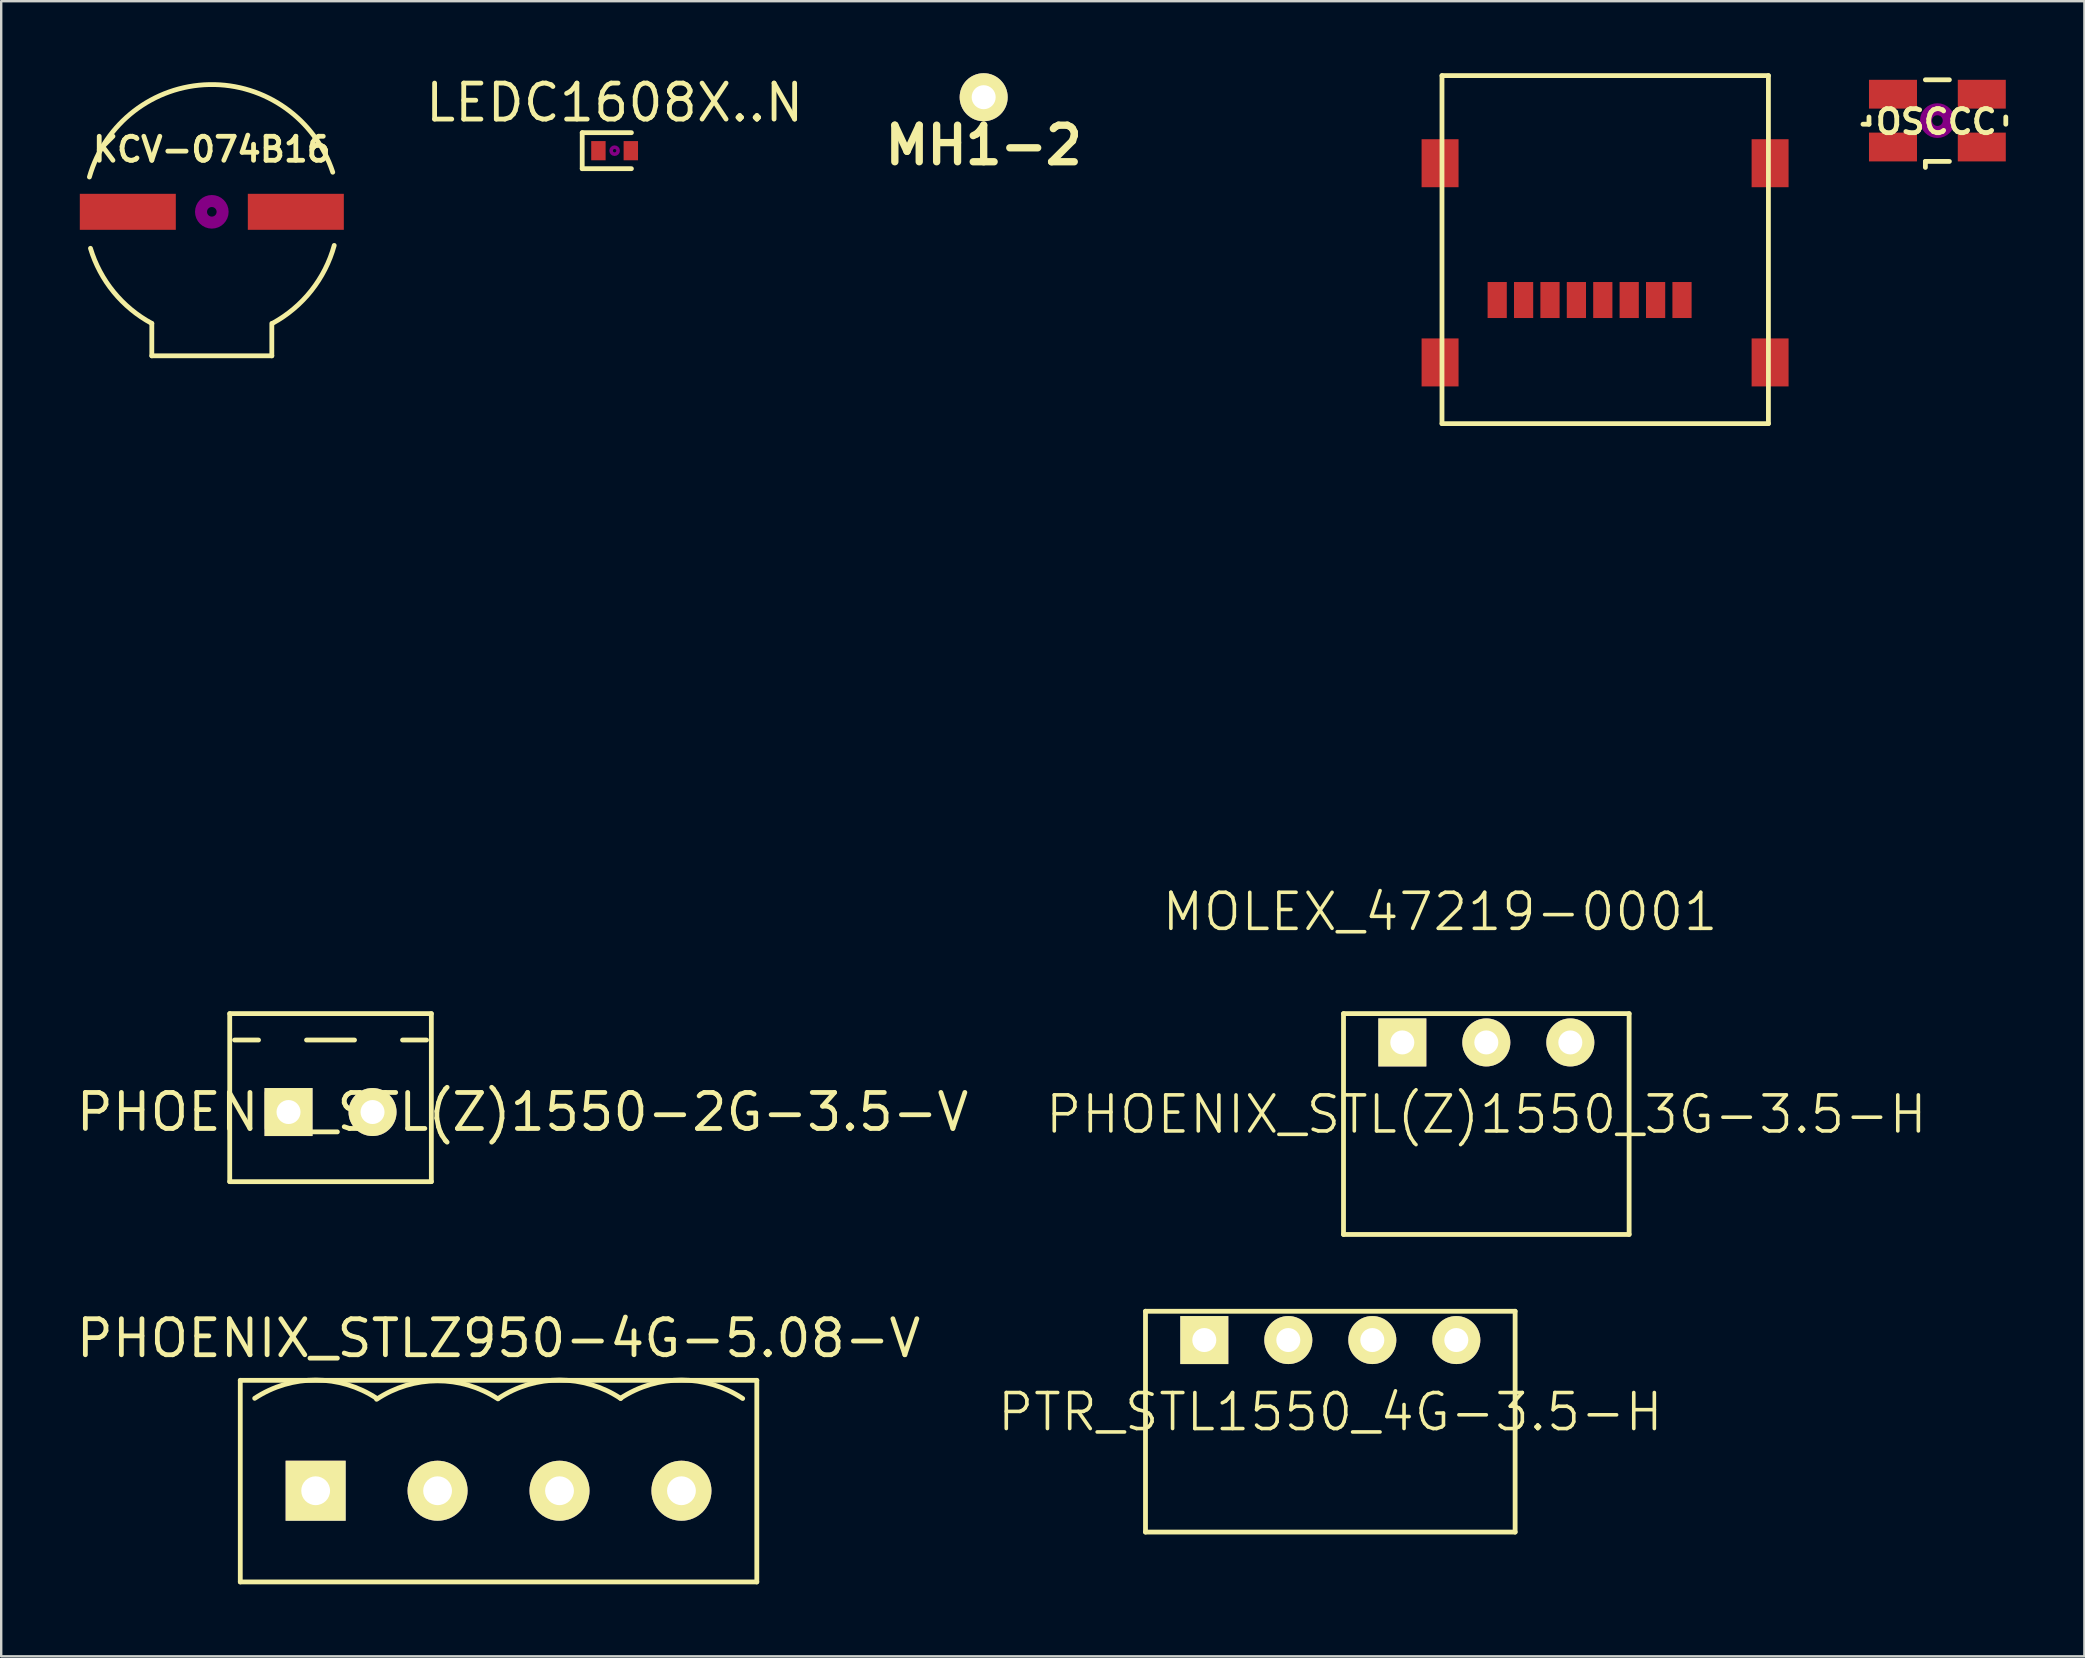
<source format=kicad_pcb>
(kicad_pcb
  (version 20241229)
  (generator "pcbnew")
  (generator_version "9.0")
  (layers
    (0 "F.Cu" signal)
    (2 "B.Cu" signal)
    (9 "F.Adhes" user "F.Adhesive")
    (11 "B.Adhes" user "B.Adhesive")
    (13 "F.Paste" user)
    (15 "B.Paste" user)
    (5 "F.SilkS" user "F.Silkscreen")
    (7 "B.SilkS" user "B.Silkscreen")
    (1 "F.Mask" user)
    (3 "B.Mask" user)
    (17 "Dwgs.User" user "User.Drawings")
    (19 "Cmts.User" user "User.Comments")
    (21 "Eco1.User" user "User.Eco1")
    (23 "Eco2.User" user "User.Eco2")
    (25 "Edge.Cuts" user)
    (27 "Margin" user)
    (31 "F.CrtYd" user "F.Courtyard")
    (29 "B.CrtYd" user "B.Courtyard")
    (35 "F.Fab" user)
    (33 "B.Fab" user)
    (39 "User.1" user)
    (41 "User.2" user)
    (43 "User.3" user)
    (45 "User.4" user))
  (footprint "LEDC1608X..N"
    (layer "F.Cu")
    (at 22.557 3.228)
    (property "Reference" "LEDC1608X..N" (at 0 -2 0) (layer "F.SilkS") (effects (font (size 1.5 1.5) (thickness 0.2))))
    (attr through_hole)
    (fp_line (start -1.35 -0.75) (end -1.35 0.75) (stroke (width 0.2) (type solid)) (layer "F.SilkS"))
    (fp_line (start -1.35 -0.75) (end 0.7 -0.75) (stroke (width 0.2) (type solid)) (layer "F.SilkS"))
    (fp_line (start -1.35 0.75) (end 0.7 0.75) (stroke (width 0.2) (type solid)) (layer "F.SilkS"))
    (fp_circle (center 0 0) (end 0.05 -0.05) (stroke (width 0.15) (type solid)) (fill no) (layer "F.Adhes"))
    (fp_line (start -1.25 -1.1) (end 1.25 -1.1) (stroke (width 0.05) (type solid)) (layer "Margin"))
    (fp_line (start -1.25 1.1) (end -1.25 -1.1) (stroke (width 0.05) (type solid)) (layer "Margin"))
    (fp_line (start 1.25 -1.1) (end 1.25 1.1) (stroke (width 0.05) (type solid)) (layer "Margin"))
    (fp_line (start 1.25 1.1) (end -1.25 1.1) (stroke (width 0.05) (type solid)) (layer "Margin"))
    (pad "1" smd rect (at -0.675 0) (size 0.6 0.8) (layers "F.Cu" "F.Mask" "F.Paste"))
    (pad "2" smd rect (at 0.675 0) (size 0.6 0.8) (layers "F.Cu" "F.Mask" "F.Paste")))
  (footprint "PTR_STL1550_4G-3.5-H"
    (layer "F.Cu")
    (at 52.375 52.781)
    (property "Reference" "PTR_STL1550_4G-3.5-H" (at 0 3 0) (layer "F.SilkS") (effects (font (size 1.5 1.5) (thickness 0.15))))
    (attr through_hole)
    (fp_line (start -7.7 -1.2) (end 7.7 -1.2) (stroke (width 0.2) (type solid)) (layer "F.SilkS"))
    (fp_line (start -7.7 8) (end -7.7 -1.2) (stroke (width 0.2) (type solid)) (layer "F.SilkS"))
    (fp_line (start 7.7 -1.2) (end 7.7 8) (stroke (width 0.2) (type solid)) (layer "F.SilkS"))
    (fp_line (start 7.7 8) (end -7.7 8) (stroke (width 0.2) (type solid)) (layer "F.SilkS"))
    (pad "1" thru_hole rect (at -5.25 0) (size 2 2) (drill 1) (layers "*.Cu" "*.Mask" "F.SilkS"))
    (pad "2" thru_hole circle (at -1.75 0) (size 2 2) (drill 1) (layers "*.Cu" "*.Mask" "F.SilkS"))
    (pad "3" thru_hole circle (at 1.75 0) (size 2 2) (drill 1) (layers "*.Cu" "*.Mask" "F.SilkS"))
    (pad "4" thru_hole circle (at 5.25 0) (size 2 2) (drill 1) (layers "*.Cu" "*.Mask" "F.SilkS")))
  (footprint "PHOENIX_STL(Z)1550_3G-3.5-H"
    (layer "F.Cu")
    (at 58.875 40.381)
    (property "Reference" "PHOENIX_STL(Z)1550_3G-3.5-H" (at 0 3 0) (layer "F.SilkS") (effects (font (size 1.5 1.5) (thickness 0.15))))
    (attr through_hole)
    (fp_line (start -5.95 -1.2) (end 5.95 -1.2) (stroke (width 0.2) (type solid)) (layer "F.SilkS"))
    (fp_line (start -5.95 8) (end -5.95 -1.2) (stroke (width 0.2) (type solid)) (layer "F.SilkS"))
    (fp_line (start 5.95 -1.2) (end 5.95 8) (stroke (width 0.2) (type solid)) (layer "F.SilkS"))
    (fp_line (start 5.95 8) (end -5.95 8) (stroke (width 0.2) (type solid)) (layer "F.SilkS"))
    (pad "1" thru_hole rect (at -3.5 0) (size 2 2) (drill 1) (layers "*.Cu" "*.Mask" "F.SilkS"))
    (pad "2" thru_hole circle (at 0 0) (size 2 2) (drill 1) (layers "*.Cu" "*.Mask" "F.SilkS"))
    (pad "3" thru_hole circle (at 3.5 0) (size 2 2) (drill 1) (layers "*.Cu" "*.Mask" "F.SilkS")))
  (footprint "MH1-2"
    (layer "F.Cu")
    (at 37.933 1)
    (property "Reference" "MH1-2" (at 0 2 0) (layer "F.SilkS") (effects (font (size 1.524 1.524) (thickness 0.305))))
    (attr through_hole)
    (pad "" np_thru_hole circle (at 0 0) (size 2 2) (drill 1) (layers "*.Cu" "*.Mask" "F.SilkS")))
  (footprint "PHOENIX_STL(Z)1550-2G-3.5-V"
    (layer "F.Cu")
    (at 10.721 43.281)
    (property "Reference" "PHOENIX_STL(Z)1550-2G-3.5-V" (at 8 0 0) (layer "F.SilkS") (effects (font (size 1.5 1.5) (thickness 0.2))))
    (attr through_hole)
    (fp_line (start -4.2 -4.1) (end 4.2 -4.1) (stroke (width 0.2) (type solid)) (layer "F.SilkS"))
    (fp_line (start -4.2 2.9) (end -4.2 -4.1) (stroke (width 0.2) (type solid)) (layer "F.SilkS"))
    (fp_line (start -3 -3) (end -4 -3) (stroke (width 0.2) (type solid)) (layer "F.SilkS"))
    (fp_line (start 1 -3) (end -1 -3) (stroke (width 0.2) (type solid)) (layer "F.SilkS"))
    (fp_line (start 3 -3) (end 4 -3) (stroke (width 0.2) (type solid)) (layer "F.SilkS"))
    (fp_line (start 4.2 -4.1) (end 4.2 2.9) (stroke (width 0.2) (type solid)) (layer "F.SilkS"))
    (fp_line (start 4.2 2.9) (end -4.2 2.9) (stroke (width 0.2) (type solid)) (layer "F.SilkS"))
    (pad "1" thru_hole rect (at -1.75 0) (size 2 2) (drill 1) (layers "*.Cu" "*.Mask" "F.SilkS"))
    (pad "2" thru_hole circle (at 1.75 0) (size 2 2) (drill 1) (layers "*.Cu" "*.Mask" "F.SilkS")))
  (footprint "MOLEX_47219-0001"
    (layer "F.Cu")
    (at 63.828 6.85)
    (property "Reference" "MOLEX_47219-0001" (at -6.88 28.09 0) (layer "F.SilkS") (effects (font (size 1.5 1.5) (thickness 0.15))))
    (attr through_hole)
    (fp_line (start -6.8 -6.75) (end 6.8 -6.75) (stroke (width 0.2) (type solid)) (layer "F.SilkS"))
    (fp_line (start -6.8 7.75) (end -6.8 -6.75) (stroke (width 0.2) (type solid)) (layer "F.SilkS"))
    (fp_line (start 6.8 -6.75) (end 6.8 7.75) (stroke (width 0.2) (type solid)) (layer "F.SilkS"))
    (fp_line (start 6.8 7.75) (end -6.8 7.75) (stroke (width 0.2) (type solid)) (layer "F.SilkS"))
    (pad "1" smd rect (at 3.2 2.6) (size 0.8 1.5) (layers "F.Cu" "F.Mask" "F.Paste"))
    (pad "2" smd rect (at 2.1 2.6) (size 0.8 1.5) (layers "F.Cu" "F.Mask" "F.Paste"))
    (pad "3" smd rect (at 1 2.6) (size 0.8 1.5) (layers "F.Cu" "F.Mask" "F.Paste"))
    (pad "4" smd rect (at -0.1 2.6) (size 0.8 1.5) (layers "F.Cu" "F.Mask" "F.Paste"))
    (pad "5" smd rect (at -1.2 2.6) (size 0.8 1.5) (layers "F.Cu" "F.Mask" "F.Paste"))
    (pad "6" smd rect (at -2.3 2.6) (size 0.8 1.5) (layers "F.Cu" "F.Mask" "F.Paste"))
    (pad "7" smd rect (at -3.4 2.6) (size 0.8 1.5) (layers "F.Cu" "F.Mask" "F.Paste"))
    (pad "8" smd rect (at -4.5 2.6) (size 0.8 1.5) (layers "F.Cu" "F.Mask" "F.Paste"))
    (pad "~" smd rect (at -6.88 -3.1) (size 1.54 2) (layers "F.Cu" "F.Mask" "F.Paste"))
    (pad "~" smd rect (at -6.88 5.2) (size 1.54 2) (layers "F.Cu" "F.Mask" "F.Paste"))
    (pad "~" smd rect (at 6.87 -3.1) (size 1.54 2) (layers "F.Cu" "F.Mask" "F.Paste"))
    (pad "~" smd rect (at 6.87 5.2) (size 1.54 2) (layers "F.Cu" "F.Mask" "F.Paste")))
  (footprint "OSCCC"
    (layer "F.Cu")
    (at 77.668 1.975)
    (property "Reference" "OSCCC" (at -0.05 0.05 0) (layer "F.SilkS") (effects (font (size 1 1) (thickness 0.2))))
    (attr through_hole)
    (fp_line (start -2.85 -0.15) (end -2.85 0.15) (stroke (width 0.2) (type solid)) (layer "F.SilkS"))
    (fp_line (start -2.85 0.15) (end -3.1 0.15) (stroke (width 0.2) (type solid)) (layer "F.SilkS"))
    (fp_line (start -0.5 -1.7) (end 0.5 -1.7) (stroke (width 0.2) (type solid)) (layer "F.SilkS"))
    (fp_line (start -0.5 1.7) (end -0.5 1.95) (stroke (width 0.2) (type solid)) (layer "F.SilkS"))
    (fp_line (start 0.5 1.7) (end -0.5 1.7) (stroke (width 0.2) (type solid)) (layer "F.SilkS"))
    (fp_line (start 2.85 -0.15) (end 2.85 0.15) (stroke (width 0.2) (type solid)) (layer "F.SilkS"))
    (fp_circle (center 0 0) (end 0.2 -0.1) (stroke (width 0.5) (type solid)) (fill no) (layer "F.Adhes"))
    (fp_line (start -3.1 -1.95) (end 3.1 -1.95) (stroke (width 0.05) (type solid)) (layer "Margin"))
    (fp_line (start -3.1 1.95) (end -3.1 -1.95) (stroke (width 0.05) (type solid)) (layer "Margin"))
    (fp_line (start 3.1 -1.95) (end 3.1 1.95) (stroke (width 0.05) (type solid)) (layer "Margin"))
    (fp_line (start 3.1 1.95) (end -3.1 1.95) (stroke (width 0.05) (type solid)) (layer "Margin"))
    (pad "1" smd rect (at -1.85 1.1) (size 2 1.2) (layers "F.Cu" "F.Mask" "F.Paste"))
    (pad "2" smd rect (at 1.85 1.1) (size 2 1.2) (layers "F.Cu" "F.Mask" "F.Paste"))
    (pad "3" smd rect (at 1.85 -1.1) (size 2 1.2) (layers "F.Cu" "F.Mask" "F.Paste"))
    (pad "4" smd rect (at -1.85 -1.1) (size 2 1.2) (layers "F.Cu" "F.Mask" "F.Paste")))
  (footprint "KCV-074B16"
    (layer "F.Cu")
    (at 5.775 5.775)
    (property "Reference" "KCV-074B16" (at 0 -2.6 0) (layer "F.SilkS") (effects (font (size 1 1) (thickness 0.2))))
    (attr through_hole)
    (fp_line (start -2.5 6) (end -2.5 4.65) (stroke (width 0.2) (type solid)) (layer "F.SilkS"))
    (fp_line (start -2.5 6) (end 2.5 6) (stroke (width 0.2) (type solid)) (layer "F.SilkS"))
    (fp_line (start 2.5 6) (end 2.5 4.65) (stroke (width 0.2) (type solid)) (layer "F.SilkS"))
    (fp_arc (start -5.1 -1.45) (mid -0.104454 -5.301093) (end 5.038921 -1.649779) (stroke (width 0.2) (type solid)) (layer "F.SilkS"))
    (fp_arc (start -2.5 4.65) (mid -4.089177 3.339331) (end -5.055813 1.52028) (stroke (width 0.2) (type solid)) (layer "F.SilkS"))
    (fp_arc (start 5.1 1.4) (mid 4.147551 3.281436) (end 2.535682 4.641155) (stroke (width 0.2) (type solid)) (layer "F.SilkS"))
    (fp_circle (center 0 0) (end 0.2 0) (stroke (width 0.5) (type solid)) (fill no) (layer "F.Adhes"))
    (fp_line (start -2.8 5.05) (end -2.8 6.3) (stroke (width 0.05) (type solid)) (layer "Margin"))
    (fp_line (start -2.8 6.3) (end 2.8 6.3) (stroke (width 0.05) (type solid)) (layer "Margin"))
    (fp_line (start 2.8 6.3) (end 2.8 5.05) (stroke (width 0.05) (type solid)) (layer "Margin"))
    (fp_circle (center 0 0) (end -5.1 1.4) (stroke (width 0.001) (type solid)) (fill no) (layer "Margin"))
    (fp_circle (center 0 0) (end 5.75 0) (stroke (width 0.05) (type solid)) (fill no) (layer "Margin"))
    (pad "1" smd rect (at 3.5 0) (size 4 1.5) (layers "F.Cu" "F.Mask" "F.Paste"))
    (pad "2" smd rect (at -3.5 0) (size 4 1.5) (layers "F.Cu" "F.Mask" "F.Paste")))
  (footprint "PHOENIX_STLZ950-4G-5.08-V"
    (layer "F.Cu")
    (at 17.721 59.059)
    (property "Reference" "PHOENIX_STLZ950-4G-5.08-V" (at 0 -6.35 0) (layer "F.SilkS") (effects (font (size 1.5 1.5) (thickness 0.2))))
    (attr through_hole)
    (fp_line (start -10.76 -4.6) (end 10.76 -4.6) (stroke (width 0.2) (type solid)) (layer "F.SilkS"))
    (fp_line (start -10.76 3.8) (end -10.76 -4.6) (stroke (width 0.2) (type solid)) (layer "F.SilkS"))
    (fp_line (start 10.76 -4.6) (end 10.76 3.8) (stroke (width 0.2) (type solid)) (layer "F.SilkS"))
    (fp_line (start 10.76 3.8) (end -10.76 3.8) (stroke (width 0.2) (type solid)) (layer "F.SilkS"))
    (fp_arc (start -10.16 -3.85) (mid -7.613112 -4.61238) (end -5.068513 -3.842397) (stroke (width 0.2) (type solid)) (layer "F.SilkS"))
    (fp_arc (start -5.08 -3.81) (mid -2.55519 -4.579025) (end -0.025334 -3.826768) (stroke (width 0.2) (type solid)) (layer "F.SilkS"))
    (fp_arc (start 0 -3.85) (mid 2.546888 -4.61238) (end 5.091487 -3.842397) (stroke (width 0.2) (type solid)) (layer "F.SilkS"))
    (fp_arc (start 5.08 -3.85) (mid 7.626888 -4.61238) (end 10.171487 -3.842397) (stroke (width 0.2) (type solid)) (layer "F.SilkS"))
    (pad "1" thru_hole rect (at -7.62 0) (size 2.5 2.5) (drill 1.2) (layers "*.Cu" "*.Mask" "F.SilkS"))
    (pad "2" thru_hole circle (at -2.54 0) (size 2.5 2.5) (drill 1.2) (layers "*.Cu" "*.Mask" "F.SilkS"))
    (pad "3" thru_hole circle (at 2.54 0) (size 2.5 2.5) (drill 1.2) (layers "*.Cu" "*.Mask" "F.SilkS"))
    (pad "4" thru_hole circle (at 7.62 0) (size 2.5 2.5) (drill 1.2) (layers "*.Cu" "*.Mask" "F.SilkS")))
  (gr_rect
    (start -3 -3)
    (end 83.793 65.959)
    (stroke (width 0.1) (type default))
    (fill no)
    (layer "Edge.Cuts")))
</source>
